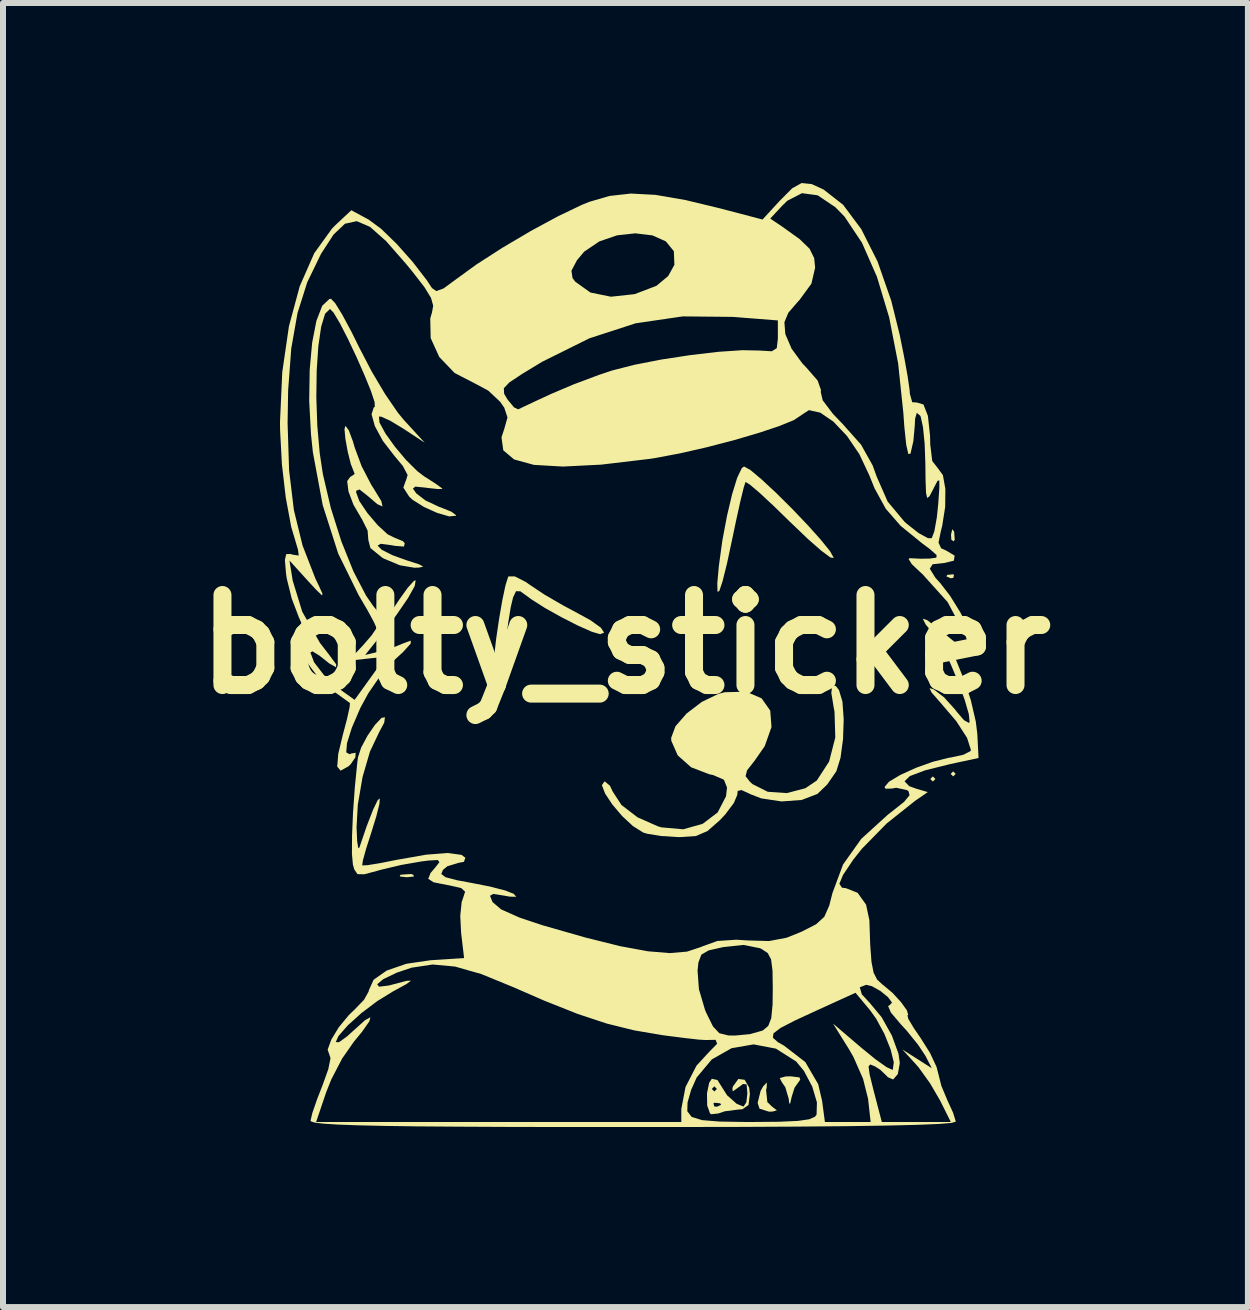
<source format=kicad_pcb>
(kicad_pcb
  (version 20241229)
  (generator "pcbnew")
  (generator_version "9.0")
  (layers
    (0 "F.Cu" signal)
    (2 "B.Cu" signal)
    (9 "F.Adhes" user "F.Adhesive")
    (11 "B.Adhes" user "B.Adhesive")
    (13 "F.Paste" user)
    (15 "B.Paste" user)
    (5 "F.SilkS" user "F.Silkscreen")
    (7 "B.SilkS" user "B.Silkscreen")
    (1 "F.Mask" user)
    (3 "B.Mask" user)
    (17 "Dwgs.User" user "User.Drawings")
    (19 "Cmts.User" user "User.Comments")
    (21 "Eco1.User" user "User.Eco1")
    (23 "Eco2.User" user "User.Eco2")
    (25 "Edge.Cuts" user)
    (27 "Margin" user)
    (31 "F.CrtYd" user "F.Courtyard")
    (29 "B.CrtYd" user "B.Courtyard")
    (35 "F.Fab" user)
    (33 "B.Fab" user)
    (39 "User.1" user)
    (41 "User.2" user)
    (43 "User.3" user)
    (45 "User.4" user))
  (footprint "bolty_sticker"
    (layer "F.Cu")
    (at 7.371 7.686)
    (property "Reference" "bolty_sticker" (at 0 0 0) (layer "F.SilkS") (effects (font (size 1.5 1.5) (thickness 0.3))))
    (attr board_only exclude_from_pos_files exclude_from_bom)
    (fp_poly (pts (xy 5.165 2.244) (xy 5.122 2.286) (xy 5.08 2.244) (xy 5.122 2.201)) (stroke (width 0) (type solid)) (fill yes) (layer "F.SilkS"))
    (fp_poly (pts (xy 5.503 2.159) (xy 5.461 2.201) (xy 5.419 2.159) (xy 5.461 2.117)) (stroke (width 0) (type solid)) (fill yes) (layer "F.SilkS"))
    (fp_poly (pts (xy -3.535 3.839) (xy -3.524 3.869) (xy -3.641 3.881) (xy -3.761 3.868) (xy -3.747 3.839) (xy -3.573 3.827)) (stroke (width 0) (type solid)) (fill yes) (layer "F.SilkS"))
    (fp_poly (pts (xy 5.475 -1.157) (xy 5.463 -1.107) (xy 5.419 -1.101) (xy 5.349 -1.132) (xy 5.362 -1.157) (xy 5.463 -1.167)) (stroke (width 0) (type solid)) (fill yes) (layer "F.SilkS"))
    (fp_poly (pts (xy 5.477 -1.879) (xy 5.487 -1.746) (xy 5.47 -1.716) (xy 5.431 -1.742) (xy 5.425 -1.827) (xy 5.446 -1.918)) (stroke (width 0) (type solid)) (fill yes) (layer "F.SilkS"))
    (fp_poly (pts (xy 2.354 7.379) (xy 2.344 7.43) (xy 2.365 7.627) (xy 2.442 7.702) (xy 2.524 7.764) (xy 2.455 7.785) (xy 2.392 7.787) (xy 2.234 7.737) (xy 2.203 7.641) (xy 2.252 7.443) (xy 2.295 7.366) (xy 2.356 7.3)) (stroke (width 0) (type solid)) (fill yes) (layer "F.SilkS"))
    (fp_poly (pts (xy 2.901 7.216) (xy 2.914 7.258) (xy 2.908 7.261) (xy 2.819 7.386) (xy 2.772 7.535) (xy 2.742 7.663) (xy 2.726 7.629) (xy 2.721 7.573) (xy 2.664 7.38) (xy 2.608 7.298) (xy 2.571 7.227) (xy 2.671 7.2) (xy 2.756 7.198)) (stroke (width 0) (type solid)) (fill yes) (layer "F.SilkS"))
    (fp_poly (pts (xy -1.843 -1.132) (xy -1.664 -1.041) (xy -1.595 -0.993) (xy -1.351 -0.83) (xy -1.043 -0.651) (xy -0.874 -0.561) (xy -0.588 -0.405) (xy -0.41 -0.278) (xy -0.355 -0.195) (xy -0.421 -0.169) (xy -0.559 -0.209) (xy -0.791 -0.312) (xy -1.068 -0.453) (xy -1.34 -0.605) (xy -1.558 -0.744) (xy -1.605 -0.778) (xy -1.752 -0.884) (xy -1.823 -0.885) (xy -1.872 -0.782) (xy -1.911 -0.618) (xy -1.955 -0.347) (xy -1.991 -0.056) (xy -2.032 0.237) (xy -2.081 0.457) (xy -2.127 0.557) (xy -2.186 0.526) (xy -2.201 0.434) (xy -2.188 0.21) (xy -2.154 -0.091) (xy -2.105 -0.423) (xy -2.051 -0.736) (xy -1.998 -0.985) (xy -1.955 -1.122) (xy -1.948 -1.132)) (stroke (width 0) (type solid)) (fill yes) (layer "F.SilkS"))
    (fp_poly (pts (xy 2.082 -2.905) (xy 2.269 -2.748) (xy 2.509 -2.525) (xy 2.772 -2.264) (xy 3.029 -1.995) (xy 3.251 -1.748) (xy 3.408 -1.554) (xy 3.471 -1.442) (xy 3.471 -1.439) (xy 3.416 -1.447) (xy 3.266 -1.558) (xy 3.043 -1.753) (xy 2.77 -2.014) (xy 2.754 -2.029) (xy 2.474 -2.302) (xy 2.239 -2.521) (xy 2.073 -2.662) (xy 2.002 -2.705) (xy 2.001 -2.705) (xy 1.971 -2.611) (xy 1.916 -2.387) (xy 1.846 -2.07) (xy 1.786 -1.784) (xy 1.693 -1.349) (xy 1.618 -1.048) (xy 1.564 -0.888) (xy 1.534 -0.876) (xy 1.531 -1.018) (xy 1.557 -1.307) (xy 1.616 -1.734) (xy 1.693 -2.143) (xy 1.778 -2.502) (xy 1.863 -2.778) (xy 1.94 -2.937) (xy 1.977 -2.963)) (stroke (width 0) (type solid)) (fill yes) (layer "F.SilkS"))
    (fp_poly (pts (xy 1.534 7.26) (xy 1.583 7.339) (xy 1.694 7.514) (xy 1.854 7.656) (xy 1.968 7.702) (xy 2.015 7.631) (xy 2.032 7.483) (xy 2.019 7.332) (xy 1.959 7.326) (xy 1.891 7.377) (xy 1.789 7.449) (xy 1.782 7.401) (xy 1.792 7.366) (xy 1.882 7.242) (xy 1.987 7.256) (xy 2.062 7.386) (xy 2.074 7.493) (xy 2.051 7.676) (xy 1.95 7.746) (xy 1.854 7.755) (xy 1.655 7.781) (xy 1.548 7.817) (xy 1.43 7.83) (xy 1.409 7.815) (xy 1.362 7.683) (xy 1.362 7.648) (xy 1.468 7.648) (xy 1.479 7.699) (xy 1.524 7.705) (xy 1.594 7.674) (xy 1.58 7.648) (xy 1.48 7.638) (xy 1.468 7.648) (xy 1.362 7.648) (xy 1.359 7.483) (xy 1.374 7.408) (xy 1.439 7.408) (xy 1.482 7.451) (xy 1.524 7.408) (xy 1.482 7.366) (xy 1.439 7.408) (xy 1.374 7.408) (xy 1.396 7.304) (xy 1.44 7.239)) (stroke (width 0) (type solid)) (fill yes) (layer "F.SilkS"))
    (fp_poly (pts (xy -4.61 -3.567) (xy -4.54 -3.381) (xy -4.511 -3.28) (xy -4.395 -2.967) (xy -4.233 -2.655) (xy -4.199 -2.603) (xy -4.068 -2.388) (xy -4.047 -2.297) (xy -4.133 -2.335) (xy -4.291 -2.47) (xy -4.43 -2.58) (xy -4.485 -2.56) (xy -4.487 -2.532) (xy -4.433 -2.386) (xy -4.299 -2.187) (xy -4.128 -1.986) (xy -3.962 -1.833) (xy -3.851 -1.778) (xy -3.706 -1.718) (xy -3.677 -1.684) (xy -3.69 -1.629) (xy -3.844 -1.641) (xy -3.895 -1.651) (xy -4.08 -1.675) (xy -4.129 -1.644) (xy -4.059 -1.575) (xy -3.884 -1.486) (xy -3.658 -1.404) (xy -3.438 -1.333) (xy -3.368 -1.295) (xy -3.436 -1.279) (xy -3.514 -1.276) (xy -3.758 -1.317) (xy -4.02 -1.426) (xy -4.051 -1.443) (xy -4.249 -1.604) (xy -4.285 -1.743) (xy -4.284 -1.744) (xy -4.296 -1.896) (xy -4.392 -2.089) (xy -4.4 -2.1) (xy -4.532 -2.327) (xy -4.615 -2.548) (xy -4.636 -2.719) (xy -4.583 -2.794) (xy -4.576 -2.794) (xy -4.512 -2.838) (xy -4.521 -2.865) (xy -4.575 -3.002) (xy -4.627 -3.209) (xy -4.666 -3.424) (xy -4.681 -3.587) (xy -4.665 -3.641)) (stroke (width 0) (type solid)) (fill yes) (layer "F.SilkS"))
    (fp_poly (pts (xy 3.508 0.696) (xy 3.559 0.764) (xy 3.616 0.955) (xy 3.637 1.247) (xy 3.626 1.58) (xy 3.584 1.891) (xy 3.514 2.116) (xy 3.362 2.336) (xy 3.199 2.493) (xy 2.938 2.593) (xy 2.601 2.618) (xy 2.263 2.567) (xy 2.095 2.502) (xy 1.934 2.428) (xy 1.871 2.443) (xy 1.863 2.511) (xy 1.806 2.645) (xy 1.663 2.835) (xy 1.575 2.929) (xy 1.368 3.111) (xy 1.175 3.194) (xy 0.909 3.212) (xy 0.876 3.212) (xy 0.595 3.194) (xy 0.362 3.156) (xy 0.296 3.136) (xy 0.126 3.029) (xy -0.054 2.862) (xy -0.218 2.669) (xy -0.339 2.486) (xy -0.392 2.347) (xy -0.35 2.286) (xy -0.342 2.286) (xy -0.258 2.356) (xy -0.212 2.453) (xy -0.066 2.677) (xy 0.201 2.882) (xy 0.542 3.033) (xy 0.601 3.05) (xy 0.963 3.082) (xy 1.287 2.991) (xy 1.537 2.801) (xy 1.676 2.532) (xy 1.693 2.386) (xy 1.641 2.256) (xy 1.463 2.179) (xy 1.397 2.165) (xy 1.095 2.049) (xy 0.871 1.85) (xy 0.765 1.608) (xy 0.762 1.559) (xy 0.834 1.365) (xy 1.02 1.152) (xy 1.273 0.959) (xy 1.549 0.826) (xy 1.656 0.798) (xy 2.013 0.789) (xy 2.269 0.9) (xy 2.413 1.104) (xy 2.434 1.378) (xy 2.321 1.697) (xy 2.155 1.936) (xy 2.027 2.1) (xy 2.002 2.197) (xy 2.075 2.29) (xy 2.117 2.329) (xy 2.372 2.457) (xy 2.689 2.479) (xy 2.998 2.398) (xy 3.189 2.269) (xy 3.394 1.953) (xy 3.497 1.552) (xy 3.484 1.121) (xy 3.472 1.061) (xy 3.431 0.81) (xy 3.445 0.683)) (stroke (width 0) (type solid)) (fill yes) (layer "F.SilkS"))
    (fp_poly (pts (xy 3.103 -7.669) (xy 3.302 -7.578) (xy 3.628 -7.323) (xy 3.93 -6.918) (xy 4.201 -6.379) (xy 4.43 -5.723) (xy 4.57 -5.158) (xy 4.644 -4.79) (xy 4.702 -4.468) (xy 4.735 -4.238) (xy 4.74 -4.172) (xy 4.779 -4.034) (xy 4.857 -4.029) (xy 4.966 -3.996) (xy 5.04 -3.807) (xy 5.076 -3.474) (xy 5.079 -3.332) (xy 5.112 -3.055) (xy 5.207 -2.933) (xy 5.29 -2.819) (xy 5.331 -2.589) (xy 5.328 -2.29) (xy 5.278 -1.972) (xy 5.256 -1.887) (xy 5.217 -1.695) (xy 5.26 -1.601) (xy 5.341 -1.564) (xy 5.485 -1.479) (xy 5.473 -1.394) (xy 5.311 -1.355) (xy 5.306 -1.355) (xy 5.118 -1.334) (xy 5.072 -1.26) (xy 5.164 -1.111) (xy 5.25 -1.015) (xy 5.411 -0.806) (xy 5.58 -0.533) (xy 5.727 -0.25) (xy 5.822 -0.012) (xy 5.842 0.093) (xy 5.773 0.151) (xy 5.641 0.137) (xy 5.439 0.087) (xy 5.64 0.585) (xy 5.755 0.929) (xy 5.838 1.287) (xy 5.863 1.488) (xy 5.884 1.894) (xy 5.419 1.994) (xy 4.995 2.099) (xy 4.74 2.195) (xy 4.651 2.282) (xy 4.728 2.363) (xy 4.847 2.406) (xy 5.038 2.462) (xy 4.828 2.607) (xy 4.353 2.985) (xy 3.939 3.408) (xy 3.795 3.59) (xy 3.626 3.842) (xy 3.565 3.99) (xy 3.608 4.055) (xy 3.677 4.064) (xy 3.869 4.14) (xy 4.01 4.338) (xy 4.065 4.597) (xy 4.079 5.012) (xy 4.1 5.293) (xy 4.136 5.473) (xy 4.194 5.586) (xy 4.282 5.668) (xy 4.301 5.682) (xy 4.452 5.809) (xy 4.593 5.963) (xy 4.691 6.1) (xy 4.712 6.176) (xy 4.699 6.181) (xy 4.714 6.242) (xy 4.809 6.4) (xy 4.917 6.557) (xy 5.075 6.808) (xy 5.183 7.038) (xy 5.209 7.137) (xy 5.264 7.356) (xy 5.366 7.6) (xy 5.367 7.603) (xy 5.46 7.805) (xy 5.503 7.946) (xy 5.503 7.954) (xy 5.432 7.975) (xy 5.217 7.992) (xy 4.854 8.007) (xy 4.341 8.019) (xy 3.673 8.029) (xy 2.847 8.036) (xy 1.86 8.041) (xy 0.709 8.043) (xy 0.127 8.043) (xy -1.002 8.043) (xy -1.973 8.041) (xy -2.794 8.037) (xy -3.477 8.032) (xy -4.031 8.024) (xy -4.468 8.014) (xy -4.797 8.002) (xy -5.028 7.987) (xy -5.172 7.97) (xy -5.209 7.959) (xy -5.154 7.959) (xy -2.111 7.959) (xy 0.931 7.959) (xy 0.931 7.78) (xy 1.031 7.78) (xy 1.104 7.875) (xy 1.277 7.928) (xy 1.57 7.952) (xy 2.007 7.959) (xy 2.117 7.959) (xy 2.566 7.955) (xy 2.873 7.941) (xy 3.062 7.914) (xy 3.159 7.871) (xy 3.185 7.835) (xy 3.191 7.633) (xy 3.113 7.369) (xy 2.974 7.107) (xy 2.845 6.951) (xy 2.508 6.737) (xy 2.136 6.666) (xy 1.768 6.73) (xy 1.439 6.917) (xy 1.187 7.218) (xy 1.095 7.424) (xy 1.035 7.634) (xy 1.031 7.78) (xy 0.931 7.78) (xy 0.931 7.744) (xy 1.001 7.377) (xy 1.184 7.021) (xy 1.398 6.788) (xy 1.528 6.656) (xy 1.503 6.59) (xy 1.335 6.593) (xy 1.227 6.587) (xy 0.997 6.561) (xy 0.949 6.555) (xy 2.457 6.555) (xy 2.538 6.627) (xy 2.643 6.687) (xy 2.997 6.96) (xy 3.212 7.329) (xy 3.277 7.606) (xy 3.324 7.959) (xy 3.705 7.959) (xy 4.086 7.959) (xy 4.043 7.573) (xy 3.96 7.241) (xy 3.8 6.877) (xy 3.729 6.753) (xy 3.459 6.319) (xy 3.935 6.725) (xy 4.169 6.916) (xy 4.353 7.046) (xy 4.45 7.09) (xy 4.455 7.088) (xy 4.472 6.966) (xy 4.419 6.75) (xy 4.315 6.491) (xy 4.179 6.24) (xy 4.078 6.099) (xy 3.834 5.806) (xy 3.208 6.091) (xy 2.827 6.267) (xy 2.585 6.392) (xy 2.467 6.482) (xy 2.457 6.555) (xy 0.949 6.555) (xy 0.69 6.522) (xy 0.616 6.512) (xy 0.144 6.432) (xy -0.314 6.318) (xy -0.8 6.157) (xy -1.358 5.935) (xy -1.869 5.712) (xy -2.404 5.493) (xy -2.599 5.438) (xy 1.202 5.438) (xy 1.225 5.747) (xy 1.326 6.09) (xy 1.345 6.136) (xy 1.459 6.367) (xy 1.565 6.48) (xy 1.716 6.517) (xy 1.821 6.519) (xy 2.076 6.495) (xy 2.281 6.437) (xy 2.292 6.432) (xy 2.38 6.358) (xy 2.43 6.229) (xy 2.452 6.002) (xy 2.455 5.753) (xy 2.455 5.715) (xy 3.905 5.715) (xy 3.939 5.832) (xy 4.073 5.977) (xy 4.269 6.213) (xy 4.44 6.519) (xy 4.55 6.821) (xy 4.572 6.977) (xy 4.539 7.161) (xy 4.461 7.251) (xy 4.371 7.212) (xy 4.361 7.199) (xy 4.247 7.089) (xy 4.159 7.033) (xy 4.08 7) (xy 4.051 7.034) (xy 4.069 7.166) (xy 4.133 7.426) (xy 4.141 7.456) (xy 4.272 7.959) (xy 4.847 7.959) (xy 5.422 7.959) (xy 5.242 7.599) (xy 5.077 7.316) (xy 4.889 7.054) (xy 4.838 6.995) (xy 4.614 6.75) (xy 4.86 6.907) (xy 5.105 7.063) (xy 4.998 6.855) (xy 4.875 6.67) (xy 4.687 6.438) (xy 4.587 6.329) (xy 4.423 6.135) (xy 4.377 6.027) (xy 4.407 6.009) (xy 4.442 5.969) (xy 4.375 5.879) (xy 4.249 5.776) (xy 4.106 5.696) (xy 4.012 5.673) (xy 3.905 5.715) (xy 2.455 5.715) (xy 2.451 5.439) (xy 2.427 5.25) (xy 2.372 5.145) (xy 2.271 5.078) (xy 2.243 5.064) (xy 1.97 5.009) (xy 1.629 5.045) (xy 1.387 5.1) (xy 1.265 5.171) (xy 1.216 5.302) (xy 1.202 5.438) (xy -2.599 5.438) (xy -2.839 5.369) (xy -3.213 5.335) (xy -3.563 5.388) (xy -3.808 5.47) (xy -4.035 5.579) (xy -4.136 5.664) (xy -4.106 5.705) (xy -3.937 5.684) (xy -3.874 5.667) (xy -3.646 5.607) (xy -3.572 5.604) (xy -3.652 5.663) (xy -3.872 5.783) (xy -4.135 5.945) (xy -4.4 6.145) (xy -4.628 6.351) (xy -4.782 6.528) (xy -4.826 6.627) (xy -4.773 6.63) (xy -4.638 6.533) (xy -4.53 6.435) (xy -4.337 6.262) (xy -4.249 6.214) (xy -4.266 6.281) (xy -4.388 6.455) (xy -4.525 6.622) (xy -4.72 6.902) (xy -4.901 7.25) (xy -4.985 7.461) (xy -5.154 7.959) (xy -5.209 7.959) (xy -5.239 7.949) (xy -5.247 7.938) (xy -5.216 7.807) (xy -5.136 7.576) (xy -5.047 7.348) (xy -4.951 7.08) (xy -4.914 6.897) (xy -4.933 6.837) (xy -4.962 6.754) (xy -4.901 6.587) (xy -4.776 6.381) (xy -4.609 6.178) (xy -4.512 6.085) (xy -4.355 5.922) (xy -4.277 5.782) (xy -4.276 5.766) (xy -4.196 5.589) (xy -3.978 5.436) (xy -3.651 5.323) (xy -3.248 5.264) (xy -2.688 5.228) (xy -2.738 4.805) (xy -2.752 4.526) (xy -2.729 4.296) (xy -2.704 4.224) (xy -2.671 4.121) (xy -2.737 4.061) (xy -2.935 4.016) (xy -2.961 4.012) (xy -3.197 3.965) (xy -3.286 3.907) (xy -3.246 3.809) (xy -3.168 3.718) (xy -3.099 3.629) (xy -3.128 3.594) (xy -3.285 3.603) (xy -3.401 3.618) (xy -3.735 3.676) (xy -4.08 3.758) (xy -4.128 3.772) (xy -4.352 3.832) (xy -4.465 3.829) (xy -4.518 3.75) (xy -4.541 3.669) (xy -4.557 3.491) (xy -4.555 3.188) (xy -4.539 2.805) (xy -4.509 2.385) (xy -4.468 1.974) (xy -4.456 1.882) (xy -4.403 1.72) (xy -4.299 1.525) (xy -4.175 1.344) (xy -4.065 1.227) (xy -4.007 1.214) (xy -4.019 1.305) (xy -4.105 1.467) (xy -4.106 1.469) (xy -4.257 1.788) (xy -4.38 2.211) (xy -4.459 2.672) (xy -4.48 3.048) (xy -4.47 3.277) (xy -4.452 3.395) (xy -4.433 3.387) (xy -4.31 3.027) (xy -4.204 2.754) (xy -4.127 2.595) (xy -4.093 2.567) (xy -4.099 2.66) (xy -4.151 2.867) (xy -4.233 3.133) (xy -4.32 3.404) (xy -4.375 3.603) (xy -4.386 3.684) (xy -4.297 3.68) (xy -4.088 3.646) (xy -3.81 3.591) (xy -3.322 3.505) (xy -2.959 3.477) (xy -2.732 3.508) (xy -2.667 3.556) (xy -2.691 3.624) (xy -2.779 3.641) (xy -2.967 3.698) (xy -3.041 3.759) (xy -3.068 3.827) (xy -2.999 3.88) (xy -2.809 3.93) (xy -2.562 3.976) (xy -2.252 4.037) (xy -1.999 4.103) (xy -1.86 4.158) (xy -1.82 4.207) (xy -1.927 4.204) (xy -2.018 4.188) (xy -2.203 4.159) (xy -2.256 4.19) (xy -2.214 4.295) (xy -2.07 4.417) (xy -1.763 4.554) (xy -1.381 4.681) (xy -0.664 4.886) (xy -0.085 5.03) (xy 0.377 5.115) (xy 0.741 5.145) (xy 1.027 5.12) (xy 1.254 5.045) (xy 1.274 5.036) (xy 1.532 4.943) (xy 1.847 4.922) (xy 2.041 4.934) (xy 2.394 4.944) (xy 2.685 4.889) (xy 2.936 4.788) (xy 3.176 4.665) (xy 3.314 4.54) (xy 3.396 4.354) (xy 3.45 4.143) (xy 3.626 3.669) (xy 3.929 3.242) (xy 4.379 2.833) (xy 4.428 2.796) (xy 4.645 2.623) (xy 4.735 2.514) (xy 4.716 2.446) (xy 4.691 2.429) (xy 4.513 2.39) (xy 4.44 2.403) (xy 4.334 2.406) (xy 4.318 2.376) (xy 4.392 2.289) (xy 4.581 2.176) (xy 4.841 2.058) (xy 5.122 1.957) (xy 5.38 1.892) (xy 5.42 1.886) (xy 5.631 1.84) (xy 5.749 1.78) (xy 5.757 1.761) (xy 5.693 1.559) (xy 5.514 1.282) (xy 5.26 0.984) (xy 5.102 0.803) (xy 5.067 0.73) (xy 5.138 0.751) (xy 5.31 0.884) (xy 5.491 1.084) (xy 5.514 1.115) (xy 5.64 1.263) (xy 5.723 1.309) (xy 5.735 1.296) (xy 5.722 1.163) (xy 5.653 0.925) (xy 5.546 0.632) (xy 5.42 0.33) (xy 5.294 0.067) (xy 5.188 -0.109) (xy 5.174 -0.125) (xy 5.003 -0.331) (xy 4.955 -0.426) (xy 5.027 -0.404) (xy 5.214 -0.26) (xy 5.247 -0.233) (xy 5.505 -0.024) (xy 5.656 0.066) (xy 5.711 0.039) (xy 5.681 -0.104) (xy 5.665 -0.147) (xy 5.368 -0.705) (xy 4.947 -1.172) (xy 4.926 -1.19) (xy 4.772 -1.335) (xy 4.717 -1.423) (xy 4.741 -1.435) (xy 4.926 -1.426) (xy 5.072 -1.429) (xy 5.181 -1.444) (xy 5.185 -1.488) (xy 5.07 -1.589) (xy 4.945 -1.682) (xy 4.587 -1.973) (xy 4.338 -2.259) (xy 4.151 -2.6) (xy 4.062 -2.82) (xy 3.897 -3.17) (xy 3.69 -3.474) (xy 3.465 -3.711) (xy 3.247 -3.86) (xy 3.058 -3.902) (xy 2.923 -3.814) (xy 2.923 -3.813) (xy 2.807 -3.736) (xy 2.559 -3.635) (xy 2.212 -3.52) (xy 1.8 -3.399) (xy 1.357 -3.284) (xy 0.915 -3.183) (xy 0.508 -3.106) (xy 0.389 -3.088) (xy -0.405 -2.994) (xy -1.042 -2.962) (xy -1.525 -2.99) (xy -1.856 -3.081) (xy -2.035 -3.233) (xy -2.065 -3.448) (xy -2.015 -3.602) (xy -1.965 -3.78) (xy -2.019 -3.943) (xy -2.086 -4.04) (xy -2.285 -4.227) (xy -2.359 -4.267) (xy -2.026 -4.267) (xy -2.021 -4.175) (xy -1.965 -4.08) (xy -1.856 -3.948) (xy -1.787 -3.915) (xy -1.689 -3.962) (xy -1.483 -4.059) (xy -1.239 -4.172) (xy -0.864 -4.331) (xy -0.445 -4.488) (xy -0.221 -4.563) (xy 0.147 -4.657) (xy 0.597 -4.745) (xy 1.081 -4.819) (xy 1.549 -4.874) (xy 1.951 -4.901) (xy 2.239 -4.895) (xy 2.239 -4.895) (xy 2.439 -4.883) (xy 2.522 -4.935) (xy 2.54 -5.093) (xy 2.54 -5.128) (xy 2.54 -5.397) (xy 1.787 -5.456) (xy 0.955 -5.464) (xy 0.17 -5.349) (xy -0.6 -5.099) (xy -1.389 -4.707) (xy -1.72 -4.506) (xy -1.934 -4.364) (xy -2.026 -4.267) (xy -2.359 -4.267) (xy -2.503 -4.344) (xy -2.847 -4.522) (xy -3.102 -4.788) (xy -3.245 -5.103) (xy -3.252 -5.431) (xy -3.223 -5.53) (xy -3.203 -5.642) (xy -3.239 -5.772) (xy -3.349 -5.952) (xy -3.551 -6.212) (xy -3.655 -6.339) (xy -3.988 -6.719) (xy -4.256 -6.956) (xy -4.477 -7.051) (xy -4.673 -7.008) (xy -4.863 -6.828) (xy -5.067 -6.514) (xy -5.074 -6.502) (xy -5.302 -6.032) (xy -5.464 -5.519) (xy -5.568 -4.929) (xy -5.62 -4.23) (xy -5.629 -3.683) (xy -5.604 -2.9) (xy -5.524 -2.236) (xy -5.38 -1.648) (xy -5.165 -1.094) (xy -5.107 -0.974) (xy -5.047 -0.841) (xy -5.056 -0.816) (xy -5.15 -0.906) (xy -5.291 -1.058) (xy -5.598 -1.397) (xy -5.544 -1.062) (xy -5.385 -0.543) (xy -5.09 -0.024) (xy -4.936 0.175) (xy -4.819 0.334) (xy -4.822 0.382) (xy -4.935 0.318) (xy -5.101 0.186) (xy -5.214 0.117) (xy -5.249 0.137) (xy -5.187 0.3) (xy -5.026 0.509) (xy -4.81 0.711) (xy -4.752 0.754) (xy -4.512 0.925) (xy -4.253 0.565) (xy -3.995 0.205) (xy -4.304 0.239) (xy -4.614 0.273) (xy -4.381 0.026) (xy -4.234 -0.143) (xy -4.154 -0.259) (xy -4.149 -0.276) (xy -4.19 -0.37) (xy -4.297 -0.567) (xy -4.446 -0.821) (xy -4.786 -1.513) (xy -5.044 -2.32) (xy -5.208 -3.202) (xy -5.239 -3.498) (xy -5.269 -4.055) (xy -5.261 -4.572) (xy -5.22 -5.025) (xy -5.149 -5.39) (xy -5.052 -5.641) (xy -4.933 -5.754) (xy -4.906 -5.757) (xy -4.837 -5.686) (xy -4.717 -5.491) (xy -4.564 -5.206) (xy -4.432 -4.939) (xy -4.229 -4.549) (xy -4.005 -4.171) (xy -3.794 -3.863) (xy -3.693 -3.74) (xy -3.344 -3.359) (xy -3.706 -3.597) (xy -3.918 -3.725) (xy -4.067 -3.793) (xy -4.107 -3.795) (xy -4.098 -3.696) (xy -4 -3.515) (xy -3.842 -3.294) (xy -3.654 -3.07) (xy -3.466 -2.884) (xy -3.355 -2.8) (xy -3.167 -2.68) (xy -3.059 -2.602) (xy -3.048 -2.59) (xy -3.121 -2.587) (xy -3.3 -2.606) (xy -3.323 -2.61) (xy -3.501 -2.628) (xy -3.541 -2.595) (xy -3.485 -2.515) (xy -3.331 -2.397) (xy -3.103 -2.29) (xy -3.078 -2.282) (xy -2.898 -2.209) (xy -2.822 -2.151) (xy -2.825 -2.142) (xy -2.938 -2.132) (xy -3.135 -2.189) (xy -3.357 -2.289) (xy -3.546 -2.408) (xy -3.603 -2.461) (xy -3.7 -2.611) (xy -3.662 -2.722) (xy -3.658 -2.725) (xy -3.629 -2.821) (xy -3.708 -2.971) (xy -3.853 -3.145) (xy -4.044 -3.393) (xy -4.175 -3.636) (xy -4.23 -3.833) (xy -4.194 -3.947) (xy -4.176 -3.956) (xy -4.179 -4.036) (xy -4.243 -4.228) (xy -4.351 -4.493) (xy -4.484 -4.794) (xy -4.625 -5.092) (xy -4.757 -5.349) (xy -4.863 -5.527) (xy -4.922 -5.588) (xy -5.004 -5.509) (xy -5.07 -5.291) (xy -5.117 -4.965) (xy -5.144 -4.562) (xy -5.15 -4.111) (xy -5.134 -3.642) (xy -5.094 -3.186) (xy -5.041 -2.836) (xy -4.909 -2.273) (xy -4.734 -1.718) (xy -4.532 -1.215) (xy -4.32 -0.809) (xy -4.203 -0.64) (xy -4.003 -0.391) (xy -3.767 -0.747) (xy -3.627 -0.943) (xy -3.525 -1.056) (xy -3.495 -1.067) (xy -3.511 -0.971) (xy -3.623 -0.77) (xy -3.815 -0.49) (xy -4.046 -0.187) (xy -4.336 0.177) (xy -4.094 0.119) (xy -3.862 0.05) (xy -3.704 -0.015) (xy -3.577 -0.062) (xy -3.578 -0.012) (xy -3.702 0.126) (xy -3.866 0.277) (xy -4.071 0.505) (xy -4.283 0.814) (xy -4.416 1.058) (xy -4.559 1.391) (xy -4.639 1.646) (xy -4.652 1.8) (xy -4.594 1.832) (xy -4.572 1.82) (xy -4.495 1.807) (xy -4.5 1.884) (xy -4.577 1.997) (xy -4.616 2.034) (xy -4.746 2.105) (xy -4.802 2.037) (xy -4.785 1.826) (xy -4.71 1.513) (xy -4.639 1.244) (xy -4.596 1.05) (xy -4.59 0.978) (xy -4.898 0.756) (xy -5.104 0.568) (xy -5.256 0.369) (xy -5.319 0.263) (xy -5.429 0.048) (xy -5.448 -0.058) (xy -5.389 -0.085) (xy -5.326 -0.111) (xy -5.338 -0.213) (xy -5.43 -0.426) (xy -5.439 -0.445) (xy -5.56 -0.762) (xy -5.644 -1.101) (xy -5.655 -1.178) (xy -5.674 -1.406) (xy -5.652 -1.503) (xy -5.577 -1.505) (xy -5.549 -1.495) (xy -5.443 -1.479) (xy -5.456 -1.579) (xy -5.459 -1.587) (xy -5.569 -1.959) (xy -5.66 -2.448) (xy -5.724 -3.001) (xy -5.754 -3.567) (xy -5.756 -3.697) (xy -5.718 -4.535) (xy -5.607 -5.298) (xy -5.427 -5.966) (xy -5.185 -6.517) (xy -4.887 -6.93) (xy -4.835 -6.982) (xy -4.567 -7.233) (xy -4.277 -7.076) (xy -4.071 -6.924) (xy -3.814 -6.675) (xy -3.547 -6.375) (xy -3.311 -6.069) (xy -3.223 -5.936) (xy -3.152 -5.886) (xy -3.03 -5.93) (xy -2.824 -6.081) (xy -2.625 -6.226) (xy -0.899 -6.226) (xy -0.882 -6.105) (xy -0.838 -6.044) (xy -0.584 -5.862) (xy -0.241 -5.792) (xy 0.153 -5.835) (xy 0.516 -5.973) (xy 0.712 -6.136) (xy 0.816 -6.323) (xy 0.807 -6.55) (xy 0.674 -6.714) (xy 0.449 -6.814) (xy 0.167 -6.848) (xy -0.138 -6.815) (xy -0.434 -6.714) (xy -0.687 -6.543) (xy -0.808 -6.399) (xy -0.899 -6.226) (xy -2.625 -6.226) (xy -2.483 -6.329) (xy -2.051 -6.607) (xy -1.579 -6.886) (xy -1.12 -7.134) (xy -0.725 -7.323) (xy -0.605 -7.372) (xy -0.266 -7.471) (xy 0.091 -7.511) (xy 0.502 -7.489) (xy 1 -7.403) (xy 1.573 -7.265) (xy 2.285 -7.078) (xy 2.299 -7.094) (xy 2.413 -7.094) (xy 2.62 -6.955) (xy 2.904 -6.751) (xy 3.069 -6.591) (xy 3.145 -6.436) (xy 3.161 -6.276) (xy 3.099 -6.009) (xy 2.899 -5.736) (xy 2.884 -5.721) (xy 2.714 -5.524) (xy 2.649 -5.367) (xy 2.663 -5.182) (xy 2.669 -5.158) (xy 2.769 -4.926) (xy 2.948 -4.681) (xy 3.017 -4.609) (xy 3.203 -4.395) (xy 3.26 -4.233) (xy 3.254 -4.208) (xy 3.287 -4.066) (xy 3.457 -3.841) (xy 3.623 -3.668) (xy 3.926 -3.327) (xy 4.119 -2.982) (xy 4.187 -2.794) (xy 4.369 -2.379) (xy 4.65 -2.043) (xy 4.683 -2.013) (xy 4.886 -1.853) (xy 5.043 -1.768) (xy 5.104 -1.768) (xy 5.148 -1.885) (xy 5.189 -2.116) (xy 5.212 -2.337) (xy 5.231 -2.609) (xy 5.23 -2.732) (xy 5.201 -2.724) (xy 5.138 -2.605) (xy 5.127 -2.582) (xy 5.066 -2.466) (xy 5.028 -2.438) (xy 5.009 -2.522) (xy 5.001 -2.738) (xy 4.998 -3.006) (xy 4.986 -3.342) (xy 4.958 -3.62) (xy 4.92 -3.792) (xy 4.911 -3.81) (xy 4.855 -3.857) (xy 4.827 -3.76) (xy 4.821 -3.641) (xy 4.798 -3.386) (xy 4.751 -3.182) (xy 4.749 -3.177) (xy 4.714 -3.171) (xy 4.679 -3.324) (xy 4.647 -3.628) (xy 4.631 -3.854) (xy 4.544 -4.682) (xy 4.395 -5.446) (xy 4.191 -6.124) (xy 3.941 -6.692) (xy 3.65 -7.128) (xy 3.496 -7.285) (xy 3.202 -7.482) (xy 2.942 -7.517) (xy 2.699 -7.392) (xy 2.618 -7.314) (xy 2.413 -7.094) (xy 2.299 -7.094) (xy 2.572 -7.391) (xy 2.778 -7.598) (xy 2.936 -7.686)) (stroke (width 0) (type solid)) (fill yes) (layer "F.SilkS")))
  (gr_rect
    (start -3 -3)
    (end 17.743 18.729)
    (stroke (width 0.1) (type default))
    (fill no)
    (layer "Edge.Cuts")))
</source>
